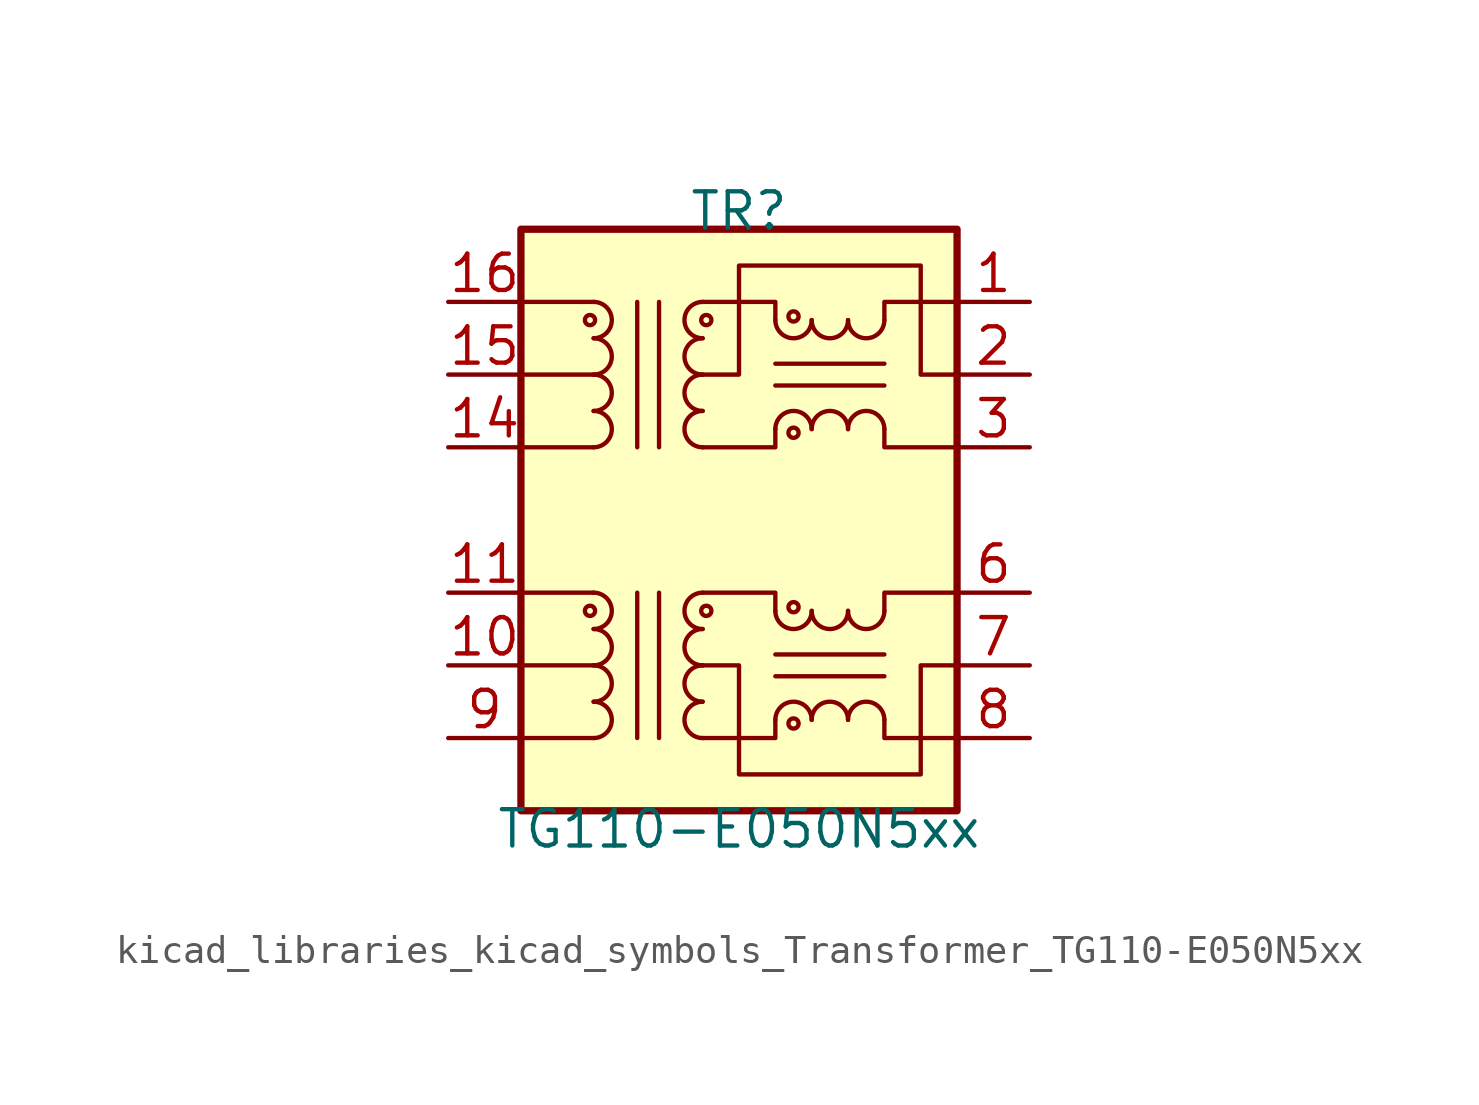
<source format=kicad_sym>
(kicad_symbol_lib
  (version 20220914)
  (generator kicad_symbol_editor)
  (symbol "kicad_libraries_kicad_symbols_Transformer_TG110-E050N5xx"
    (pin_names hide)
    (property "Reference" "TR"
      (at 0 10.795 0)
      (effects (font (size 1.27 1.27))))
    (property "Value" "TG110-E050N5xx"
      (at 0 -10.795 0)
      (effects (font (size 1.27 1.27))))
    (symbol "kicad_libraries_kicad_symbols_Transformer_TG110-E050N5xx_0_1"
      (rectangle (start -7.62 10.16) (end 7.62 -10.16) (stroke (width 0.254) (type default)) (fill (type background)))
      (circle (center -5.207 -3.175) (radius 0.178) (stroke (width 0) (type default)) (fill (type none)))
      (arc (start -5.08 -3.81) (mid -4.4477 -3.175) (end -5.08 -2.54) (stroke (width 0) (type default)) (fill (type none)))
      (polyline (pts (xy -5.08 -7.62) (xy -7.62 -7.62)) (stroke (width 0) (type default)) (fill (type none)))
      (polyline (pts (xy -5.08 -5.08) (xy -7.62 -5.08)) (stroke (width 0) (type default)) (fill (type none)))
      (polyline (pts (xy -5.08 -2.54) (xy -7.62 -2.54)) (stroke (width 0) (type default)) (fill (type none)))
      (polyline (pts (xy -3.556 -7.62) (xy -3.556 -2.54)) (stroke (width 0) (type default)) (fill (type none)))
      (polyline (pts (xy -3.556 7.62) (xy -3.556 2.54)) (stroke (width 0) (type default)) (fill (type none)))
      (polyline (pts (xy -2.794 -2.54) (xy -2.794 -7.62)) (stroke (width 0) (type default)) (fill (type none)))
      (polyline (pts (xy -2.794 2.54) (xy -2.794 7.62)) (stroke (width 0) (type default)) (fill (type none)))
      (polyline (pts (xy 1.27 -5.461) (xy 5.08 -5.461)) (stroke (width 0) (type default)) (fill (type none)))
      (polyline (pts (xy 1.27 -4.699) (xy 5.08 -4.699)) (stroke (width 0) (type default)) (fill (type none)))
      (polyline (pts (xy -1.27 -7.62) (xy 1.27 -7.62) (xy 1.27 -6.985)) (stroke (width 0) (type default)) (fill (type none)))
      (polyline (pts (xy 1.27 -3.175) (xy 1.27 -2.54) (xy -1.27 -2.54)) (stroke (width 0) (type default)) (fill (type none)))
      (polyline (pts (xy 5.08 -6.985) (xy 5.08 -7.62) (xy 7.62 -7.62)) (stroke (width 0) (type default)) (fill (type none)))
      (polyline (pts (xy 5.08 -3.175) (xy 5.08 -2.54) (xy 7.62 -2.54)) (stroke (width 0) (type default)) (fill (type none)))
      (polyline (pts (xy -1.27 -5.08) (xy 0 -5.08) (xy 0 -8.89) (xy 6.35 -8.89) (xy 6.35 -5.08) (xy 7.62 -5.08)) (stroke (width 0) (type default)) (fill (type none))))
    (symbol "kicad_libraries_kicad_symbols_Transformer_TG110-E050N5xx_1_1"
      (circle (center -5.207 6.985) (radius 0.178) (stroke (width 0) (type default)) (fill (type none)))
      (arc (start -5.08 -7.62) (mid -4.4477 -6.985) (end -5.08 -6.35) (stroke (width 0) (type default)) (fill (type none)))
      (arc (start -5.08 -6.35) (mid -4.4477 -5.715) (end -5.08 -5.08) (stroke (width 0) (type default)) (fill (type none)))
      (arc (start -5.08 -5.08) (mid -4.4477 -4.445) (end -5.08 -3.81) (stroke (width 0) (type default)) (fill (type none)))
      (arc (start -5.08 2.54) (mid -4.4477 3.175) (end -5.08 3.81) (stroke (width 0) (type default)) (fill (type none)))
      (arc (start -5.08 3.81) (mid -4.4477 4.445) (end -5.08 5.08) (stroke (width 0) (type default)) (fill (type none)))
      (arc (start -5.08 5.08) (mid -4.4477 5.715) (end -5.08 6.35) (stroke (width 0) (type default)) (fill (type none)))
      (arc (start -5.08 6.35) (mid -4.4477 6.985) (end -5.08 7.62) (stroke (width 0) (type default)) (fill (type none)))
      (arc (start -1.27 -6.35) (mid -1.9023 -6.985) (end -1.27 -7.62) (stroke (width 0) (type default)) (fill (type none)))
      (arc (start -1.27 -5.08) (mid -1.9023 -5.715) (end -1.27 -6.35) (stroke (width 0) (type default)) (fill (type none)))
      (arc (start -1.27 -3.81) (mid -1.9023 -4.445) (end -1.27 -5.08) (stroke (width 0) (type default)) (fill (type none)))
      (arc (start -1.27 -2.54) (mid -1.9023 -3.175) (end -1.27 -3.81) (stroke (width 0) (type default)) (fill (type none)))
      (arc (start -1.27 3.81) (mid -1.9023 3.175) (end -1.27 2.54) (stroke (width 0) (type default)) (fill (type none)))
      (arc (start -1.27 5.08) (mid -1.9023 4.445) (end -1.27 3.81) (stroke (width 0) (type default)) (fill (type none)))
      (arc (start -1.27 6.35) (mid -1.9023 5.715) (end -1.27 5.08) (stroke (width 0) (type default)) (fill (type none)))
      (arc (start -1.27 7.62) (mid -1.9023 6.985) (end -1.27 6.35) (stroke (width 0) (type default)) (fill (type none)))
      (circle (center -1.143 -3.175) (radius 0.178) (stroke (width 0) (type default)) (fill (type none)))
      (circle (center -1.143 6.985) (radius 0.178) (stroke (width 0) (type default)) (fill (type none)))
      (polyline (pts (xy -5.08 2.54) (xy -7.62 2.54)) (stroke (width 0) (type default)) (fill (type none)))
      (polyline (pts (xy -5.08 5.08) (xy -7.62 5.08)) (stroke (width 0) (type default)) (fill (type none)))
      (polyline (pts (xy -5.08 7.62) (xy -7.62 7.62)) (stroke (width 0) (type default)) (fill (type none)))
      (polyline (pts (xy 1.27 4.699) (xy 5.08 4.699)) (stroke (width 0) (type default)) (fill (type none)))
      (polyline (pts (xy 1.27 5.461) (xy 5.08 5.461)) (stroke (width 0) (type default)) (fill (type none)))
      (polyline (pts (xy -1.27 2.54) (xy 1.27 2.54) (xy 1.27 3.175)) (stroke (width 0) (type default)) (fill (type none)))
      (polyline (pts (xy 1.27 6.985) (xy 1.27 7.62) (xy -1.27 7.62)) (stroke (width 0) (type default)) (fill (type none)))
      (polyline (pts (xy 5.08 3.175) (xy 5.08 2.54) (xy 7.62 2.54)) (stroke (width 0) (type default)) (fill (type none)))
      (polyline (pts (xy 5.08 6.985) (xy 5.08 7.62) (xy 7.62 7.62)) (stroke (width 0) (type default)) (fill (type none)))
      (polyline (pts (xy 7.62 5.08) (xy 6.35 5.08) (xy 6.35 8.89) (xy 0 8.89) (xy 0 5.08) (xy -1.27 5.08)) (stroke (width 0) (type default)) (fill (type none)))
      (arc (start 1.27 -3.175) (mid 1.905 -3.8073) (end 2.54 -3.175) (stroke (width 0) (type default)) (fill (type none)))
      (arc (start 1.27 6.985) (mid 1.905 6.3527) (end 2.54 6.985) (stroke (width 0) (type default)) (fill (type none)))
      (circle (center 1.905 -7.112) (radius 0.178) (stroke (width 0) (type default)) (fill (type none)))
      (circle (center 1.905 -3.048) (radius 0.178) (stroke (width 0) (type default)) (fill (type none)))
      (circle (center 1.905 3.048) (radius 0.178) (stroke (width 0) (type default)) (fill (type none)))
      (circle (center 1.905 7.112) (radius 0.178) (stroke (width 0) (type default)) (fill (type none)))
      (arc (start 2.54 -6.985) (mid 1.905 -6.3527) (end 1.27 -6.985) (stroke (width 0) (type default)) (fill (type none)))
      (arc (start 2.54 -3.175) (mid 3.175 -3.8073) (end 3.81 -3.175) (stroke (width 0) (type default)) (fill (type none)))
      (arc (start 2.54 3.175) (mid 1.905 3.8073) (end 1.27 3.175) (stroke (width 0) (type default)) (fill (type none)))
      (arc (start 2.54 6.985) (mid 3.175 6.3527) (end 3.81 6.985) (stroke (width 0) (type default)) (fill (type none)))
      (arc (start 3.81 -6.985) (mid 3.175 -6.3527) (end 2.54 -6.985) (stroke (width 0) (type default)) (fill (type none)))
      (arc (start 3.81 -3.175) (mid 4.445 -3.8073) (end 5.08 -3.175) (stroke (width 0) (type default)) (fill (type none)))
      (arc (start 3.81 3.175) (mid 3.175 3.8073) (end 2.54 3.175) (stroke (width 0) (type default)) (fill (type none)))
      (arc (start 3.81 6.985) (mid 4.445 6.3527) (end 5.08 6.985) (stroke (width 0) (type default)) (fill (type none)))
      (arc (start 5.08 -6.985) (mid 4.445 -6.3527) (end 3.81 -6.985) (stroke (width 0) (type default)) (fill (type none)))
      (arc (start 5.08 3.175) (mid 4.445 3.8073) (end 3.81 3.175) (stroke (width 0) (type default)) (fill (type none)))
      (pin passive line (at 10.16 7.62 180) (length 2.54) (name "TX-" (effects (font (size 1.27 1.27)))) (number "1" (effects (font (size 1.27 1.27)))))
      (pin passive line (at -10.16 -5.08 0) (length 2.54) (name "C_RD" (effects (font (size 1.27 1.27)))) (number "10" (effects (font (size 1.27 1.27)))))
      (pin passive line (at -10.16 -2.54 0) (length 2.54) (name "RD-" (effects (font (size 1.27 1.27)))) (number "11" (effects (font (size 1.27 1.27)))))
      (pin no_connect line (at -2.54 -10.16 90) (length 2.54) hide (name "NC" (effects (font (size 1.27 1.27)))) (number "12" (effects (font (size 1.27 1.27)))))
      (pin no_connect line (at 2.54 -10.16 90) (length 2.54) hide (name "NC" (effects (font (size 1.27 1.27)))) (number "13" (effects (font (size 1.27 1.27)))))
      (pin passive line (at -10.16 2.54 0) (length 2.54) (name "TD+" (effects (font (size 1.27 1.27)))) (number "14" (effects (font (size 1.27 1.27)))))
      (pin passive line (at -10.16 5.08 0) (length 2.54) (name "C_TD" (effects (font (size 1.27 1.27)))) (number "15" (effects (font (size 1.27 1.27)))))
      (pin passive line (at -10.16 7.62 0) (length 2.54) (name "TD-" (effects (font (size 1.27 1.27)))) (number "16" (effects (font (size 1.27 1.27)))))
      (pin passive line (at 10.16 5.08 180) (length 2.54) (name "C_TX" (effects (font (size 1.27 1.27)))) (number "2" (effects (font (size 1.27 1.27)))))
      (pin passive line (at 10.16 2.54 180) (length 2.54) (name "TX+" (effects (font (size 1.27 1.27)))) (number "3" (effects (font (size 1.27 1.27)))))
      (pin no_connect line (at -2.54 10.16 270) (length 2.54) hide (name "NC" (effects (font (size 1.27 1.27)))) (number "4" (effects (font (size 1.27 1.27)))))
      (pin no_connect line (at 2.54 10.16 270) (length 2.54) hide (name "NC" (effects (font (size 1.27 1.27)))) (number "5" (effects (font (size 1.27 1.27)))))
      (pin passive line (at 10.16 -2.54 180) (length 2.54) (name "RX-" (effects (font (size 1.27 1.27)))) (number "6" (effects (font (size 1.27 1.27)))))
      (pin passive line (at 10.16 -5.08 180) (length 2.54) (name "C_RX" (effects (font (size 1.27 1.27)))) (number "7" (effects (font (size 1.27 1.27)))))
      (pin passive line (at 10.16 -7.62 180) (length 2.54) (name "RX+" (effects (font (size 1.27 1.27)))) (number "8" (effects (font (size 1.27 1.27)))))
      (pin passive line (at -10.16 -7.62 0) (length 2.54) (name "RD+" (effects (font (size 1.27 1.27)))) (number "9" (effects (font (size 1.27 1.27))))))))
</source>
